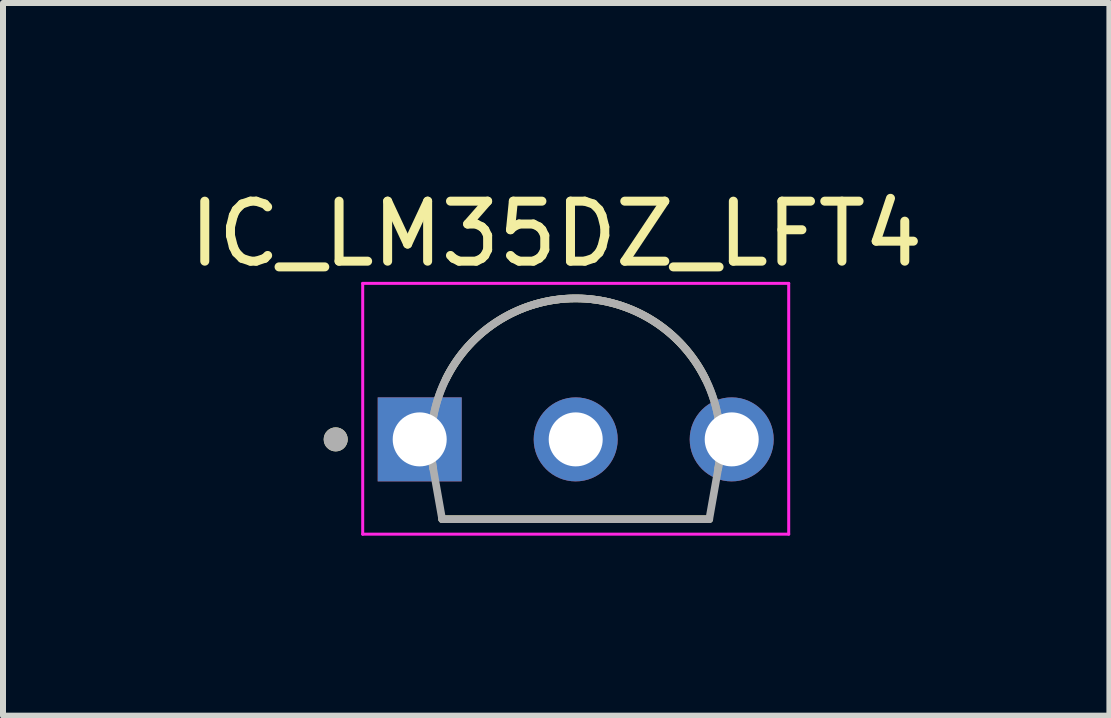
<source format=kicad_pcb>
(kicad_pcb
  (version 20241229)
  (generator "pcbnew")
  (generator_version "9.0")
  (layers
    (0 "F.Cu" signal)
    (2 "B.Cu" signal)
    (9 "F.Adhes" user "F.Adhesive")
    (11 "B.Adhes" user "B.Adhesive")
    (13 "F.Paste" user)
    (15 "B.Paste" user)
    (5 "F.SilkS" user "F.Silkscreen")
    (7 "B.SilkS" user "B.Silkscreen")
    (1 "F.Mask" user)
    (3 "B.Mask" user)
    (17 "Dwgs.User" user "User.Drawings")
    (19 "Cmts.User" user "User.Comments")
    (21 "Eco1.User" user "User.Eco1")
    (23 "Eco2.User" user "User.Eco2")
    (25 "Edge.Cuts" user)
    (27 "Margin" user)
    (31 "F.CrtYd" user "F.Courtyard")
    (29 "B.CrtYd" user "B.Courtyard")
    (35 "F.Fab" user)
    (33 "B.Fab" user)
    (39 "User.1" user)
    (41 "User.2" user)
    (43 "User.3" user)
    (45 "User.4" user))
  (footprint "IC_LM35DZ_LFT4"
    (layer "F.Cu")
    (at 6.545 4.273)
    (property "Reference" "IC_LM35DZ_LFT4" (at -0.325 -3.425 0) (layer "F.SilkS") (effects (font (size 1 1) (thickness 0.15))))
    (attr through_hole)
    (fp_circle (center 0 0) (end 0.375 0) (stroke (width 0.75) (type solid)) (fill no) (layer "F.Mask"))
    (fp_circle (center 2.6 0) (end 2.975 0) (stroke (width 0.75) (type solid)) (fill no) (layer "F.Mask"))
    (fp_poly (pts (xy -3.35 -0.75) (xy -1.85 -0.75) (xy -1.85 0.75) (xy -3.35 0.75)) (stroke (width 0.01) (type solid)) (fill yes) (layer "F.Mask"))
    (fp_circle (center 0 0) (end 0.375 0) (stroke (width 0.75) (type solid)) (fill no) (layer "B.Mask"))
    (fp_circle (center 2.6 0) (end 2.975 0) (stroke (width 0.75) (type solid)) (fill no) (layer "B.Mask"))
    (fp_poly (pts (xy -3.35 -0.75) (xy -1.85 -0.75) (xy -1.85 0.75) (xy -3.35 0.75)) (stroke (width 0.01) (type solid)) (fill yes) (layer "B.Mask"))
    (fp_line (start -2.226 1.33) (end 2.226 1.33) (stroke (width 0.127) (type solid)) (layer "F.SilkS"))
    (fp_arc (start -2.16593 -1) (mid 0 -2.350009) (end 2.16593 -1) (stroke (width 0.127) (type solid)) (layer "F.SilkS"))
    (fp_circle (center -4 0) (end -3.9 0) (stroke (width 0.2) (type solid)) (fill no) (layer "F.SilkS"))
    (fp_line (start -3.55 -2.6) (end -3.55 1.58) (stroke (width 0.05) (type solid)) (layer "F.CrtYd"))
    (fp_line (start -3.55 1.58) (end 3.55 1.58) (stroke (width 0.05) (type solid)) (layer "F.CrtYd"))
    (fp_line (start 3.55 -2.6) (end -3.55 -2.6) (stroke (width 0.05) (type solid)) (layer "F.CrtYd"))
    (fp_line (start 3.55 1.58) (end 3.55 -2.6) (stroke (width 0.05) (type solid)) (layer "F.CrtYd"))
    (fp_line (start -2.376 0.481) (end -2.226 1.33) (stroke (width 0.127) (type solid)) (layer "F.Fab"))
    (fp_line (start -2.226 1.33) (end 2.226 1.33) (stroke (width 0.127) (type solid)) (layer "F.Fab"))
    (fp_line (start 2.226 1.33) (end 2.376 0.481) (stroke (width 0.127) (type solid)) (layer "F.Fab"))
    (fp_arc (start -2.37585 0.481431) (mid 0 -2.349996) (end 2.37585 0.481432) (stroke (width 0.127) (type solid)) (layer "F.Fab"))
    (fp_arc (start -2.37585 0.481431) (mid 0 -2.349996) (end 2.37585 0.481432) (stroke (width 0.127) (type solid)) (layer "F.Fab"))
    (fp_circle (center -4 0) (end -3.9 0) (stroke (width 0.2) (type solid)) (fill no) (layer "F.Fab"))
    (pad "1" thru_hole rect (at -2.6 0) (size 1.4 1.4) (drill 0.9) (layers "*.Cu"))
    (pad "2" thru_hole circle (at 0 0) (size 1.4 1.4) (drill 0.9) (layers "*.Cu"))
    (pad "3" thru_hole circle (at 2.6 0) (size 1.4 1.4) (drill 0.9) (layers "*.Cu")))
  (gr_rect
    (start -3 -3)
    (end 15.44 8.878)
    (stroke (width 0.1) (type default))
    (fill no)
    (layer "Edge.Cuts")))
</source>
